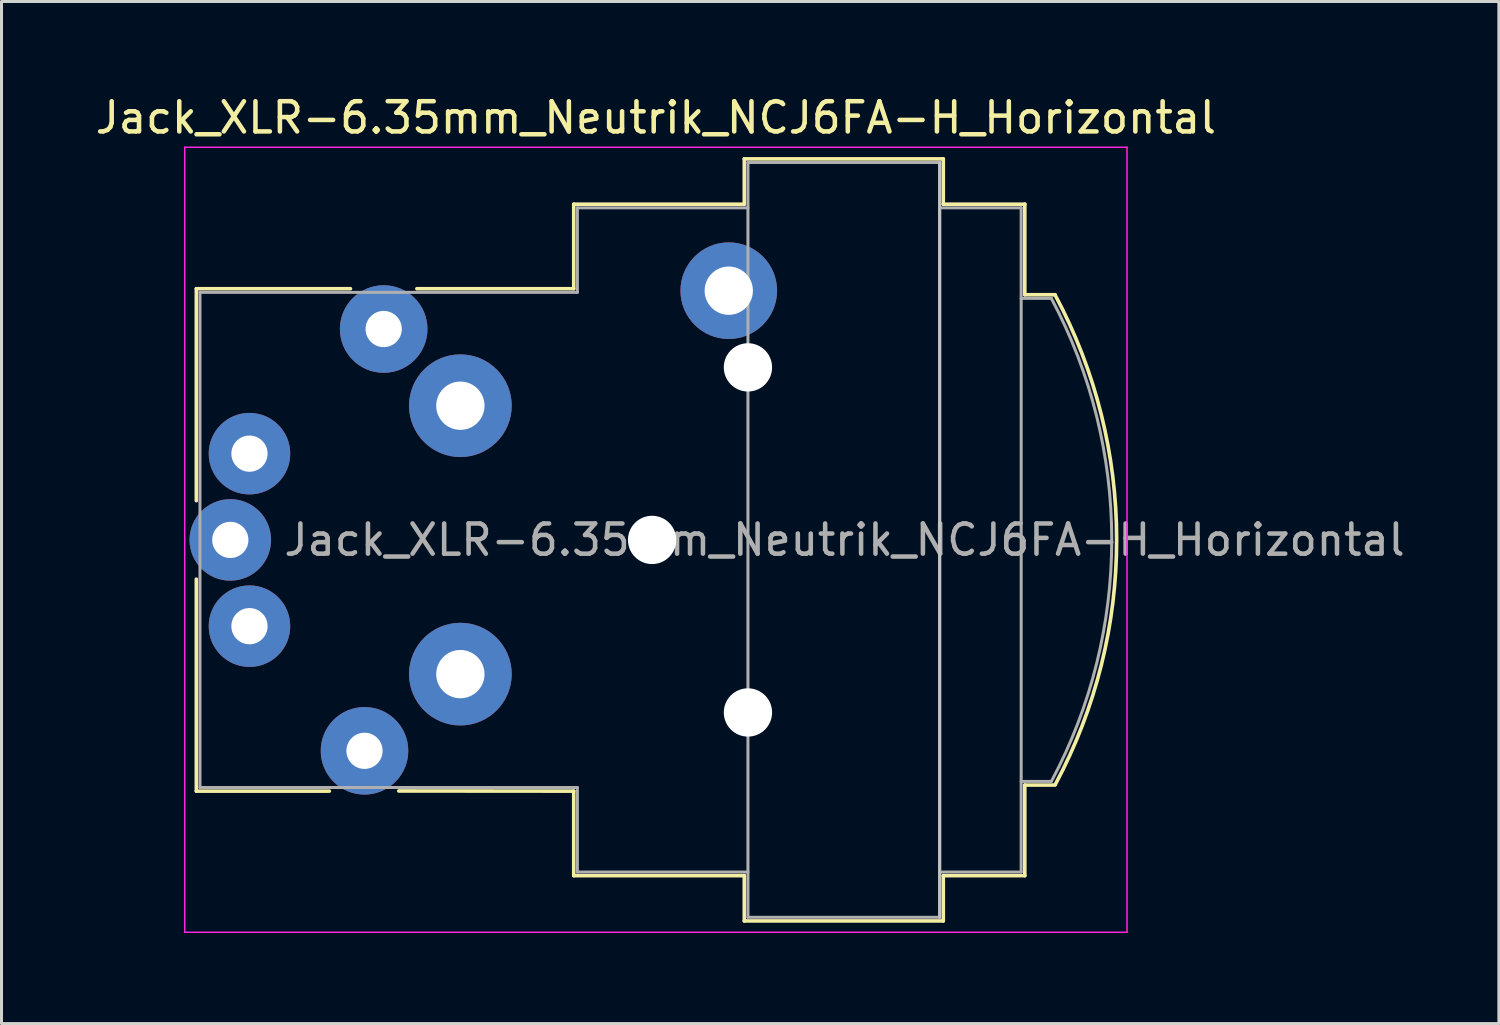
<source format=kicad_pcb>
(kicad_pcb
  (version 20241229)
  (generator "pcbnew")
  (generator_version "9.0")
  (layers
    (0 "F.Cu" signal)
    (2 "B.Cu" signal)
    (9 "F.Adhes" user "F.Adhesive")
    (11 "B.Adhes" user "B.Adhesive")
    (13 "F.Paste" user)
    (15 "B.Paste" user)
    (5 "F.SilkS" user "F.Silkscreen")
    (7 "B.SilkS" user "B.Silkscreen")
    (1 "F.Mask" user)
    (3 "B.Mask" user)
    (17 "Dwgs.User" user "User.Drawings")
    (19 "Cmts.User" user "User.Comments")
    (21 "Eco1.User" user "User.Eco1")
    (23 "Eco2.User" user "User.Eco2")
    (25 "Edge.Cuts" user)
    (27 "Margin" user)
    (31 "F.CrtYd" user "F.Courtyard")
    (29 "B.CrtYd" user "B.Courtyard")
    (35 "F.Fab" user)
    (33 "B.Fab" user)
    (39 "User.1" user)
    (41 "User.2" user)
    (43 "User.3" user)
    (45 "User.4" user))
  (footprint "Jack_XLR-6.35mm_Neutrik_NCJ6FA-H_Horizontal"
    (layer "F.Cu")
    (at 9.658 7.848)
    (property "Reference" "Jack_XLR-6.35mm_Neutrik_NCJ6FA-H_Horizontal" (at 9.015 -7 0) (layer "F.SilkS") (effects (font (size 1 1) (thickness 0.15))))
    (attr through_hole)
    (fp_line (start -6.205 -1.335) (end -6.205 5.685) (stroke (width 0.12) (type solid)) (layer "F.SilkS"))
    (fp_line (start -6.205 8.285) (end -6.205 15.305) (stroke (width 0.12) (type solid)) (layer "F.SilkS"))
    (fp_line (start -1.8 15.305) (end -6.205 15.305) (stroke (width 0.12) (type solid)) (layer "F.SilkS"))
    (fp_line (start -1.1 -1.335) (end -6.205 -1.335) (stroke (width 0.12) (type solid)) (layer "F.SilkS"))
    (fp_line (start 6.295 -4.135) (end 6.295 -1.335) (stroke (width 0.12) (type solid)) (layer "F.SilkS"))
    (fp_line (start 6.295 -1.335) (end 1.1 -1.335) (stroke (width 0.12) (type solid)) (layer "F.SilkS"))
    (fp_line (start 6.295 15.305) (end 0.5 15.3) (stroke (width 0.12) (type solid)) (layer "F.SilkS"))
    (fp_line (start 6.295 18.105) (end 6.295 15.305) (stroke (width 0.12) (type solid)) (layer "F.SilkS"))
    (fp_line (start 11.945 -4.135) (end 6.295 -4.135) (stroke (width 0.12) (type solid)) (layer "F.SilkS"))
    (fp_line (start 11.945 -4.135) (end 11.945 -5.635) (stroke (width 0.12) (type solid)) (layer "F.SilkS"))
    (fp_line (start 11.945 18.105) (end 6.295 18.105) (stroke (width 0.12) (type solid)) (layer "F.SilkS"))
    (fp_line (start 11.945 19.605) (end 11.945 18.105) (stroke (width 0.12) (type solid)) (layer "F.SilkS"))
    (fp_line (start 18.535 -5.635) (end 11.945 -5.635) (stroke (width 0.12) (type solid)) (layer "F.SilkS"))
    (fp_line (start 18.535 -5.635) (end 18.535 -4.135) (stroke (width 0.12) (type solid)) (layer "F.SilkS"))
    (fp_line (start 18.535 -4.135) (end 21.235 -4.135) (stroke (width 0.12) (type solid)) (layer "F.SilkS"))
    (fp_line (start 18.535 18.105) (end 18.535 19.605) (stroke (width 0.12) (type solid)) (layer "F.SilkS"))
    (fp_line (start 18.535 18.105) (end 21.235 18.105) (stroke (width 0.12) (type solid)) (layer "F.SilkS"))
    (fp_line (start 18.535 19.605) (end 11.945 19.605) (stroke (width 0.12) (type solid)) (layer "F.SilkS"))
    (fp_line (start 21.235 -4.135) (end 21.235 -1.135) (stroke (width 0.12) (type solid)) (layer "F.SilkS"))
    (fp_line (start 21.235 -1.135) (end 22.235 -1.135) (stroke (width 0.12) (type solid)) (layer "F.SilkS"))
    (fp_line (start 21.235 15.105) (end 21.235 18.105) (stroke (width 0.12) (type solid)) (layer "F.SilkS"))
    (fp_line (start 21.235 15.105) (end 22.235 15.105) (stroke (width 0.12) (type solid)) (layer "F.SilkS"))
    (fp_arc (start 22.235 -1.135) (mid 24.27742 6.973784) (end 22.245601 15.08523) (stroke (width 0.12) (type solid)) (layer "F.SilkS"))
    (fp_line (start 18.415 -5.515) (end 18.415 19.485) (stroke (width 0.1) (type solid)) (layer "Dwgs.User"))
    (fp_line (start -6.59 -6.02) (end -6.59 19.98) (stroke (width 0.05) (type solid)) (layer "F.CrtYd"))
    (fp_line (start 24.62 -6.02) (end -6.59 -6.02) (stroke (width 0.05) (type solid)) (layer "F.CrtYd"))
    (fp_line (start 24.62 -6.02) (end 24.62 19.98) (stroke (width 0.05) (type solid)) (layer "F.CrtYd"))
    (fp_line (start 24.62 19.98) (end -6.59 19.98) (stroke (width 0.05) (type solid)) (layer "F.CrtYd"))
    (fp_line (start -6.085 -1.215) (end -6.085 15.185) (stroke (width 0.1) (type solid)) (layer "F.Fab"))
    (fp_line (start -6.085 15.185) (end 6.415 15.185) (stroke (width 0.1) (type solid)) (layer "F.Fab"))
    (fp_line (start 6.415 -4.015) (end 6.415 -1.215) (stroke (width 0.1) (type solid)) (layer "F.Fab"))
    (fp_line (start 6.415 -1.215) (end -6.085 -1.215) (stroke (width 0.1) (type solid)) (layer "F.Fab"))
    (fp_line (start 6.415 15.185) (end 6.415 17.985) (stroke (width 0.1) (type solid)) (layer "F.Fab"))
    (fp_line (start 6.415 17.985) (end 12.065 17.985) (stroke (width 0.1) (type solid)) (layer "F.Fab"))
    (fp_line (start 12.065 -5.515) (end 18.415 -5.515) (stroke (width 0.1) (type solid)) (layer "F.Fab"))
    (fp_line (start 12.065 -4.015) (end 6.415 -4.015) (stroke (width 0.1) (type solid)) (layer "F.Fab"))
    (fp_line (start 12.065 19.485) (end 12.065 -5.515) (stroke (width 0.1) (type solid)) (layer "F.Fab"))
    (fp_line (start 18.415 -5.515) (end 18.415 19.485) (stroke (width 0.1) (type solid)) (layer "F.Fab"))
    (fp_line (start 18.415 -4.015) (end 21.115 -4.015) (stroke (width 0.1) (type solid)) (layer "F.Fab"))
    (fp_line (start 18.415 19.485) (end 12.065 19.485) (stroke (width 0.1) (type solid)) (layer "F.Fab"))
    (fp_line (start 21.115 -4.015) (end 21.115 17.985) (stroke (width 0.1) (type solid)) (layer "F.Fab"))
    (fp_line (start 21.115 -1.015) (end 22.115 -1.015) (stroke (width 0.1) (type solid)) (layer "F.Fab"))
    (fp_line (start 21.115 14.985) (end 22.115 14.985) (stroke (width 0.1) (type solid)) (layer "F.Fab"))
    (fp_line (start 21.115 17.985) (end 18.415 17.985) (stroke (width 0.1) (type solid)) (layer "F.Fab"))
    (fp_arc (start 22.115 -1.015) (mid 24.114999 6.978328) (end 22.121275 14.973223) (stroke (width 0.1) (type solid)) (layer "F.Fab"))
    (fp_text user "${REFERENCE}" (at 15.265 6.985 0) (layer "F.Fab") (effects (font (size 1 1) (thickness 0.15))))
    (pad "" np_thru_hole circle (at 8.89 6.985) (size 1.6 1.6) (drill 1.6) (layers "*.Cu" "*.Mask"))
    (pad "" np_thru_hole circle (at 12.065 1.27) (size 1.6 1.6) (drill 1.6) (layers "*.Cu" "*.Mask"))
    (pad "" np_thru_hole circle (at 12.065 12.7) (size 1.6 1.6) (drill 1.6) (layers "*.Cu" "*.Mask"))
    (pad "1" thru_hole circle (at 0 0) (size 2.9 2.9) (drill 1.2) (layers "*.Cu" "*.Mask"))
    (pad "2" thru_hole circle (at -0.635 13.97) (size 2.9 2.9) (drill 1.2) (layers "*.Cu" "*.Mask"))
    (pad "3" thru_hole circle (at -5.08 6.985) (size 2.7 2.7) (drill 1.2) (layers "*.Cu" "*.Mask"))
    (pad "G" thru_hole circle (at 11.43 -1.27) (size 3.2 3.2) (drill 1.6) (layers "*.Cu" "*.Mask"))
    (pad "R" thru_hole circle (at -4.445 9.842) (size 2.7 2.7) (drill 1.2) (layers "*.Cu" "*.Mask"))
    (pad "S" thru_hole circle (at -4.445 4.128) (size 2.7 2.7) (drill 1.2) (layers "*.Cu" "*.Mask"))
    (pad "T" thru_hole circle (at 2.54 2.54) (size 3.4 3.4) (drill 1.6) (layers "*.Cu" "*.Mask"))
    (pad "T" thru_hole circle (at 2.54 11.43) (size 3.4 3.4) (drill 1.6) (layers "*.Cu" "*.Mask")))
  (gr_rect
    (start -3 -3)
    (end 46.595 30.853)
    (stroke (width 0.1) (type default))
    (fill no)
    (layer "Edge.Cuts")))
</source>
